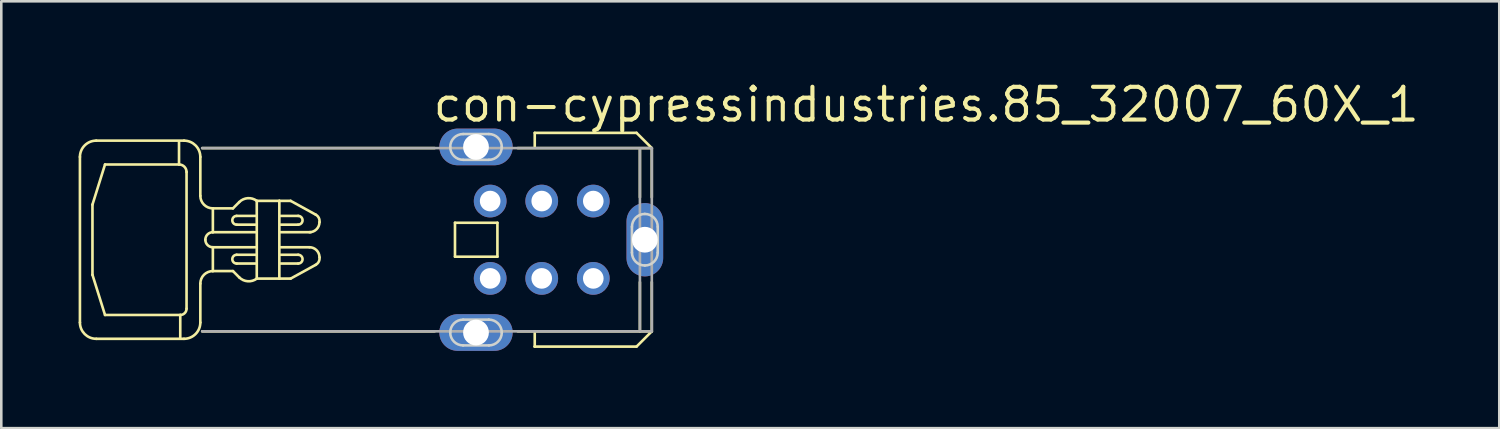
<source format=kicad_pcb>
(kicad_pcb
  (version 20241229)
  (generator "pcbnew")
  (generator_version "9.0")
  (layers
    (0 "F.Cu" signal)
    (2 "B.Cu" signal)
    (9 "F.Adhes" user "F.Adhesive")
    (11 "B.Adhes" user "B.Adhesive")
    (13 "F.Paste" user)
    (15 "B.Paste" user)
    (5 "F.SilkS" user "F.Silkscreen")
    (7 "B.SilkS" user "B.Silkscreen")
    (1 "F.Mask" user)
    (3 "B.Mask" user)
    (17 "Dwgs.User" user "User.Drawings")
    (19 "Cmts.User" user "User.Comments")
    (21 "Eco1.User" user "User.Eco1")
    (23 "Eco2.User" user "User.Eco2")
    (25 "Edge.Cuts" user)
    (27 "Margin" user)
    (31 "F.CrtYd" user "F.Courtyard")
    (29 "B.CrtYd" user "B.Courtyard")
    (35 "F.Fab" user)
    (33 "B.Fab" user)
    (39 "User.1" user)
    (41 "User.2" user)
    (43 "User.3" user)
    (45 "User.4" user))
  (footprint "con-cypressindustries.85_32007_60X_1"
    (layer "F.Cu")
    (at 12.166 6.25)
    (property "Reference" "con-cypressindustries.85_32007_60X_1" (at 1.5 -4.5 0) (layer "F.SilkS") (effects (font (size 1.27 1.27) (thickness 0.16)) (justify left bottom)))
    (attr through_hole)
    (fp_line (start -12.115 3.211) (end -12.115 -3.211) (stroke (width 0.102) (type default)) (layer "F.SilkS"))
    (fp_line (start -11.629 1.362) (end -11.142 2.919) (stroke (width 0.102) (type default)) (layer "F.SilkS"))
    (fp_line (start -11.629 -1.362) (end -11.629 1.362) (stroke (width 0.102) (type default)) (layer "F.SilkS"))
    (fp_line (start -11.483 -3.844) (end -8.077 -3.844) (stroke (width 0.102) (type default)) (layer "F.SilkS"))
    (fp_line (start -11.483 3.844) (end -8.077 3.844) (stroke (width 0.102) (type default)) (layer "F.SilkS"))
    (fp_line (start -11.142 -2.919) (end -11.629 -1.362) (stroke (width 0.102) (type default)) (layer "F.SilkS"))
    (fp_line (start -11.142 -2.919) (end -8.271 -2.919) (stroke (width 0.102) (type default)) (layer "F.SilkS"))
    (fp_line (start -8.271 -3.795) (end -8.271 -2.919) (stroke (width 0.102) (type default)) (layer "F.SilkS"))
    (fp_line (start -8.223 2.919) (end -11.142 2.919) (stroke (width 0.102) (type default)) (layer "F.SilkS"))
    (fp_line (start -8.223 2.919) (end -8.223 3.795) (stroke (width 0.102) (type default)) (layer "F.SilkS"))
    (fp_line (start -7.979 -2.627) (end -7.979 2.676) (stroke (width 0.102) (type default)) (layer "F.SilkS"))
    (fp_line (start -7.444 -3.211) (end -7.444 -1.703) (stroke (width 0.102) (type default)) (layer "F.SilkS"))
    (fp_line (start -7.444 1.703) (end -7.444 3.211) (stroke (width 0.102) (type default)) (layer "F.SilkS"))
    (fp_line (start -7.372 3.554) (end 1.645 3.554) (stroke (width 0.102) (type default)) (layer "F.SilkS"))
    (fp_line (start -6.958 -1.216) (end -6.179 -1.216) (stroke (width 0.102) (type default)) (layer "F.SilkS"))
    (fp_line (start -6.958 -0.292) (end -6.958 -1.216) (stroke (width 0.102) (type default)) (layer "F.SilkS"))
    (fp_line (start -6.958 -0.292) (end -5.303 -0.292) (stroke (width 0.102) (type default)) (layer "F.SilkS"))
    (fp_line (start -6.958 0.292) (end -6.958 1.216) (stroke (width 0.102) (type default)) (layer "F.SilkS"))
    (fp_line (start -6.958 1.216) (end -6.179 1.216) (stroke (width 0.102) (type default)) (layer "F.SilkS"))
    (fp_line (start -6.179 -1.216) (end -5.936 -1.46) (stroke (width 0.102) (type default)) (layer "F.SilkS"))
    (fp_line (start -6.179 1.216) (end -5.936 1.46) (stroke (width 0.102) (type default)) (layer "F.SilkS"))
    (fp_line (start -6.033 -0.584) (end -5.303 -0.584) (stroke (width 0.102) (type default)) (layer "F.SilkS"))
    (fp_line (start -6.033 0.584) (end -5.303 0.584) (stroke (width 0.102) (type default)) (layer "F.SilkS"))
    (fp_line (start -5.303 -0.924) (end -6.033 -0.924) (stroke (width 0.102) (type default)) (layer "F.SilkS"))
    (fp_line (start -5.303 0.924) (end -6.033 0.924) (stroke (width 0.102) (type default)) (layer "F.SilkS"))
    (fp_line (start -5.303 0.292) (end -6.958 0.292) (stroke (width 0.102) (type default)) (layer "F.SilkS"))
    (fp_line (start -5.255 1.508) (end -5.255 -1.508) (stroke (width 0.102) (type default)) (layer "F.SilkS"))
    (fp_line (start -4.379 -1.508) (end -4.379 1.508) (stroke (width 0.102) (type default)) (layer "F.SilkS"))
    (fp_line (start -4.379 -1.508) (end -3.941 -1.508) (stroke (width 0.102) (type default)) (layer "F.SilkS"))
    (fp_line (start -4.379 1.508) (end -5.255 1.508) (stroke (width 0.102) (type default)) (layer "F.SilkS"))
    (fp_line (start -4.379 -1.508) (end -5.255 -1.508) (stroke (width 0.102) (type default)) (layer "F.SilkS"))
    (fp_line (start -4.379 1.508) (end -3.941 1.508) (stroke (width 0.102) (type default)) (layer "F.SilkS"))
    (fp_line (start -4.33 -0.924) (end -3.649 -0.924) (stroke (width 0.102) (type default)) (layer "F.SilkS"))
    (fp_line (start -4.33 -0.292) (end -3.163 -0.292) (stroke (width 0.102) (type default)) (layer "F.SilkS"))
    (fp_line (start -4.33 0.924) (end -3.649 0.924) (stroke (width 0.102) (type default)) (layer "F.SilkS"))
    (fp_line (start -3.941 -1.508) (end -2.968 -0.973) (stroke (width 0.102) (type default)) (layer "F.SilkS"))
    (fp_line (start -3.941 1.508) (end -2.968 0.973) (stroke (width 0.102) (type default)) (layer "F.SilkS"))
    (fp_line (start -3.649 -0.584) (end -4.33 -0.584) (stroke (width 0.102) (type default)) (layer "F.SilkS"))
    (fp_line (start -3.649 0.584) (end -4.33 0.584) (stroke (width 0.102) (type default)) (layer "F.SilkS"))
    (fp_line (start -3.211 0.292) (end -4.33 0.292) (stroke (width 0.102) (type default)) (layer "F.SilkS"))
    (fp_line (start 1.645 -3.554) (end -7.372 -3.554) (stroke (width 0.102) (type default)) (layer "F.SilkS"))
    (fp_line (start 2.435 -0.658) (end 2.435 0.658) (stroke (width 0.102) (type default)) (layer "F.SilkS"))
    (fp_line (start 2.435 0.658) (end 4.081 0.658) (stroke (width 0.102) (type default)) (layer "F.SilkS"))
    (fp_line (start 4.081 -0.658) (end 2.435 -0.658) (stroke (width 0.102) (type default)) (layer "F.SilkS"))
    (fp_line (start 4.081 0.658) (end 4.081 -0.658) (stroke (width 0.102) (type default)) (layer "F.SilkS"))
    (fp_line (start 4.87 3.554) (end 10.07 3.554) (stroke (width 0.102) (type default)) (layer "F.SilkS"))
    (fp_line (start 5.529 -4.146) (end 9.478 -4.146) (stroke (width 0.102) (type default)) (layer "F.SilkS"))
    (fp_line (start 5.529 -3.62) (end 5.529 -4.146) (stroke (width 0.102) (type default)) (layer "F.SilkS"))
    (fp_line (start 5.529 4.146) (end 5.529 3.62) (stroke (width 0.102) (type default)) (layer "F.SilkS"))
    (fp_line (start 5.529 4.146) (end 9.478 4.146) (stroke (width 0.102) (type default)) (layer "F.SilkS"))
    (fp_line (start 5.529 4.147) (end 5.529 4.146) (stroke (width 0.102) (type default)) (layer "F.SilkS"))
    (fp_line (start 9.478 -4.146) (end 10.07 -3.554) (stroke (width 0.102) (type default)) (layer "F.SilkS"))
    (fp_line (start 9.478 4.146) (end 10.07 3.554) (stroke (width 0.102) (type default)) (layer "F.SilkS"))
    (fp_line (start 9.609 -3.488) (end 9.609 -1.645) (stroke (width 0.102) (type default)) (layer "F.SilkS"))
    (fp_line (start 9.609 1.645) (end 9.609 3.554) (stroke (width 0.102) (type default)) (layer "F.SilkS"))
    (fp_line (start 10.07 -3.554) (end 4.87 -3.554) (stroke (width 0.102) (type default)) (layer "F.SilkS"))
    (fp_line (start 10.07 -1.645) (end 10.07 -3.554) (stroke (width 0.102) (type default)) (layer "F.SilkS"))
    (fp_line (start 10.07 3.554) (end 10.07 1.645) (stroke (width 0.102) (type default)) (layer "F.SilkS"))
    (fp_arc (start -12.1153 -3.2114) (mid -11.930074 -3.658674) (end -11.4828 -3.8439) (stroke (width 0.1016) (type default)) (layer "F.SilkS"))
    (fp_arc (start -11.4828 3.8438) (mid -11.930016 3.658516) (end -12.1153 3.2113) (stroke (width 0.1016) (type default)) (layer "F.SilkS"))
    (fp_arc (start -8.2714 -2.9194) (mid -8.064966 -2.833934) (end -7.9795 -2.6275) (stroke (width 0.1016) (type default)) (layer "F.SilkS"))
    (fp_arc (start -8.0769 -3.8439) (mid -7.629584 -3.658616) (end -7.4443 -3.2113) (stroke (width 0.1016) (type default)) (layer "F.SilkS"))
    (fp_arc (start -7.9795 2.676) (mid -8.05079 2.84801) (end -8.2228 2.9193) (stroke (width 0.1016) (type default)) (layer "F.SilkS"))
    (fp_arc (start -7.4442 1.7028) (mid -7.301737 1.358763) (end -6.9577 1.2163) (stroke (width 0.1016) (type default)) (layer "F.SilkS"))
    (fp_arc (start -7.4442 3.2112) (mid -7.629484 3.658516) (end -8.0768 3.8438) (stroke (width 0.1016) (type default)) (layer "F.SilkS"))
    (fp_arc (start -7.2496 -0.0001) (mid -7.164104 -0.206504) (end -6.9577 -0.292) (stroke (width 0.1016) (type default)) (layer "F.SilkS"))
    (fp_arc (start -6.9578 -1.2164) (mid -7.301837 -1.358863) (end -7.4443 -1.7029) (stroke (width 0.1016) (type default)) (layer "F.SilkS"))
    (fp_arc (start -6.9577 0.2919) (mid -7.164075 0.206375) (end -7.2496 0) (stroke (width 0.1016) (type default)) (layer "F.SilkS"))
    (fp_arc (start -6.0333 -0.5839) (mid -6.2036 -0.7542) (end -6.0333 -0.9245) (stroke (width 0.1016) (type default)) (layer "F.SilkS"))
    (fp_arc (start -6.0332 0.9244) (mid -6.2035 0.7541) (end -6.0332 0.5838) (stroke (width 0.1016) (type default)) (layer "F.SilkS"))
    (fp_arc (start -5.936 -1.4597) (mid -5.604482 -1.611093) (end -5.2548 -1.5084) (stroke (width 0.1016) (type default)) (layer "F.SilkS"))
    (fp_arc (start -5.2547 1.5083) (mid -5.604382 1.610993) (end -5.9359 1.4596) (stroke (width 0.1016) (type default)) (layer "F.SilkS"))
    (fp_arc (start -3.6492 -0.9245) (mid -3.4789 -0.7542) (end -3.6492 -0.5839) (stroke (width 0.1016) (type default)) (layer "F.SilkS"))
    (fp_arc (start -3.6491 0.5838) (mid -3.4788 0.7541) (end -3.6491 0.9244) (stroke (width 0.1016) (type default)) (layer "F.SilkS"))
    (fp_arc (start -3.2111 0.2919) (mid -2.935894 0.405894) (end -2.8219 0.6811) (stroke (width 0.1016) (type default)) (layer "F.SilkS"))
    (fp_arc (start -2.968 -0.9732) (mid -2.849484 -0.849958) (end -2.822 -0.6812) (stroke (width 0.1016) (type default)) (layer "F.SilkS"))
    (fp_arc (start -2.822 -0.6812) (mid -2.935994 -0.405994) (end -3.2112 -0.292) (stroke (width 0.1016) (type default)) (layer "F.SilkS"))
    (fp_arc (start -2.8219 0.6811) (mid -2.849384 0.849858) (end -2.9679 0.9731) (stroke (width 0.1016) (type default)) (layer "F.SilkS"))
    (fp_line (start 2.75 -4.1) (end 3.75 -4.1) (stroke (width 0.1) (type default)) (layer "Edge.Cuts"))
    (fp_line (start 2.75 3.1) (end 3.75 3.1) (stroke (width 0.1) (type default)) (layer "Edge.Cuts"))
    (fp_line (start 3.75 -3.1) (end 2.75 -3.1) (stroke (width 0.1) (type default)) (layer "Edge.Cuts"))
    (fp_line (start 3.75 4.1) (end 2.75 4.1) (stroke (width 0.1) (type default)) (layer "Edge.Cuts"))
    (fp_line (start 9.3 0.5) (end 9.3 -0.5) (stroke (width 0.1) (type default)) (layer "Edge.Cuts"))
    (fp_line (start 10.3 -0.5) (end 10.3 0.5) (stroke (width 0.1) (type default)) (layer "Edge.Cuts"))
    (fp_arc (start 2.25 -3.6) (mid 2.396447 -3.953553) (end 2.75 -4.1) (stroke (width 0.1) (type default)) (layer "Edge.Cuts"))
    (fp_arc (start 2.25 3.6) (mid 2.396447 3.246447) (end 2.75 3.1) (stroke (width 0.1) (type default)) (layer "Edge.Cuts"))
    (fp_arc (start 2.75 -3.1) (mid 2.396447 -3.246447) (end 2.25 -3.6) (stroke (width 0.1) (type default)) (layer "Edge.Cuts"))
    (fp_arc (start 2.75 4.1) (mid 2.396447 3.953553) (end 2.25 3.6) (stroke (width 0.1) (type default)) (layer "Edge.Cuts"))
    (fp_arc (start 3.75 -4.1) (mid 4.103553 -3.953553) (end 4.25 -3.6) (stroke (width 0.1) (type default)) (layer "Edge.Cuts"))
    (fp_arc (start 3.75 3.1) (mid 4.103553 3.246447) (end 4.25 3.6) (stroke (width 0.1) (type default)) (layer "Edge.Cuts"))
    (fp_arc (start 4.25 -3.6) (mid 4.103553 -3.246447) (end 3.75 -3.1) (stroke (width 0.1) (type default)) (layer "Edge.Cuts"))
    (fp_arc (start 4.25 3.6) (mid 4.103553 3.953553) (end 3.75 4.1) (stroke (width 0.1) (type default)) (layer "Edge.Cuts"))
    (fp_arc (start 9.3 -0.5) (mid 9.446447 -0.853553) (end 9.8 -1) (stroke (width 0.1) (type default)) (layer "Edge.Cuts"))
    (fp_arc (start 9.8 -1) (mid 10.153553 -0.853553) (end 10.3 -0.5) (stroke (width 0.1) (type default)) (layer "Edge.Cuts"))
    (fp_arc (start 9.8 1) (mid 9.446447 0.853553) (end 9.3 0.5) (stroke (width 0.1) (type default)) (layer "Edge.Cuts"))
    (fp_arc (start 10.3 0.5) (mid 10.153553 0.853553) (end 9.8 1) (stroke (width 0.1) (type default)) (layer "Edge.Cuts"))
    (fp_line (start -7.372 3.554) (end 10.07 3.554) (stroke (width 0.102) (type default)) (layer "F.Fab"))
    (fp_line (start 9.609 -3.488) (end 9.609 3.488) (stroke (width 0.102) (type default)) (layer "F.Fab"))
    (fp_line (start 10.07 -3.554) (end -7.372 -3.554) (stroke (width 0.102) (type default)) (layer "F.Fab"))
    (fp_line (start 10.07 3.554) (end 10.07 -3.554) (stroke (width 0.102) (type default)) (layer "F.Fab"))
    (pad "1" thru_hole circle (at 7.8 -1.5) (size 1.27 1.27) (drill 0.8) (layers "*.Cu" "*.Mask"))
    (pad "2" thru_hole circle (at 7.8 1.5) (size 1.27 1.27) (drill 0.8) (layers "*.Cu" "*.Mask"))
    (pad "3" thru_hole circle (at 5.8 -1.5) (size 1.27 1.27) (drill 0.8) (layers "*.Cu" "*.Mask"))
    (pad "4" thru_hole circle (at 5.8 1.5) (size 1.27 1.27) (drill 0.8) (layers "*.Cu" "*.Mask"))
    (pad "5" thru_hole circle (at 3.8 -1.5) (size 1.27 1.27) (drill 0.8) (layers "*.Cu" "*.Mask"))
    (pad "6" thru_hole circle (at 3.8 1.5) (size 1.27 1.27) (drill 0.8) (layers "*.Cu" "*.Mask"))
    (pad "M1" thru_hole oval (at 9.8 0 90) (size 2.845 1.422) (drill 1) (layers "*.Cu" "*.Mask"))
    (pad "M2" thru_hole oval (at 3.25 -3.6) (size 2.845 1.422) (drill 1) (layers "*.Cu" "*.Mask"))
    (pad "M3" thru_hole oval (at 3.25 3.6) (size 2.845 1.422) (drill 1) (layers "*.Cu" "*.Mask")))
  (gr_rect
    (start -3 -3)
    (end 55.113 13.561)
    (stroke (width 0.1) (type default))
    (fill no)
    (layer "Edge.Cuts")))
</source>
